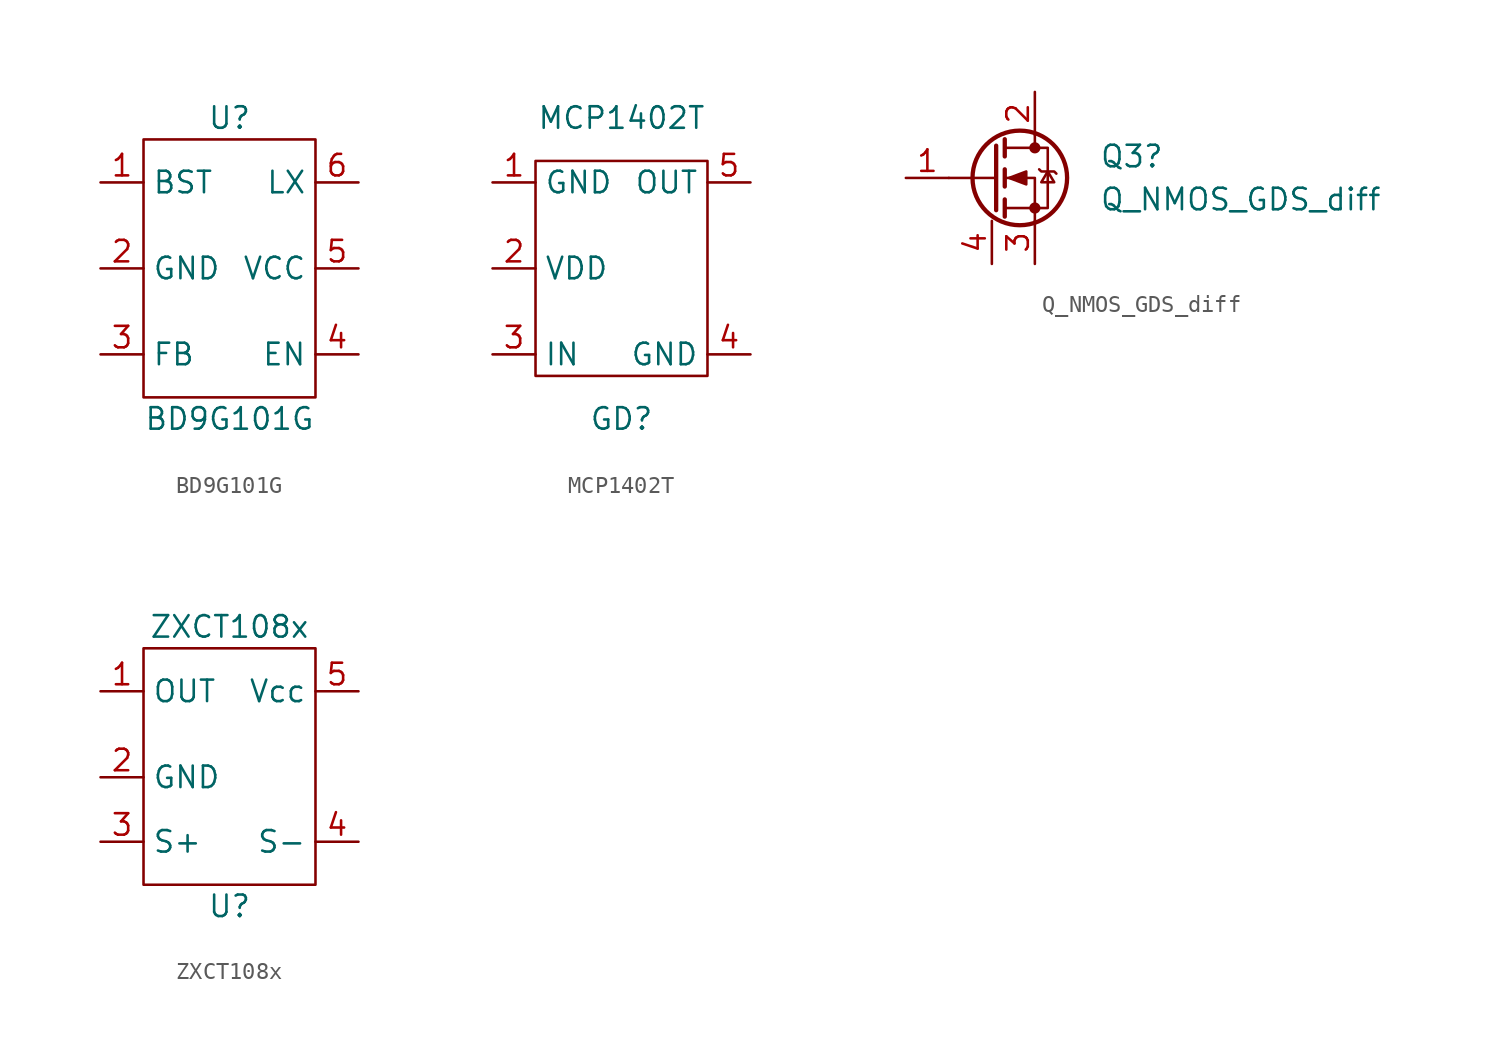
<source format=kicad_sym>
(kicad_symbol_lib
  (version 20211014)
  (generator kicad_symbol_editor)
  (symbol "BD9G101G"
    (property "Reference" "U"
      (at 0 8.89 0)
      (effects (font (size 1.27 1.27))))
    (property "Value" "BD9G101G"
      (at 0 -8.89 0)
      (effects (font (size 1.27 1.27))))
    (symbol "BD9G101G_0_1"
      (rectangle (start -5.08 7.62) (end 5.08 -7.62) (stroke (width 0) (type default) (color 0 0 0 0)) (fill (type none))))
    (symbol "BD9G101G_1_1"
      (pin bidirectional line (at -7.62 5.08 0) (length 2.54) (name "BST" (effects (font (size 1.27 1.27)))) (number "1" (effects (font (size 1.27 1.27)))))
      (pin power_in line (at -7.62 0 0) (length 2.54) (name "GND" (effects (font (size 1.27 1.27)))) (number "2" (effects (font (size 1.27 1.27)))))
      (pin input line (at -7.62 -5.08 0) (length 2.54) (name "FB" (effects (font (size 1.27 1.27)))) (number "3" (effects (font (size 1.27 1.27)))))
      (pin input line (at 7.62 -5.08 180) (length 2.54) (name "EN" (effects (font (size 1.27 1.27)))) (number "4" (effects (font (size 1.27 1.27)))))
      (pin power_in line (at 7.62 0 180) (length 2.54) (name "VCC" (effects (font (size 1.27 1.27)))) (number "5" (effects (font (size 1.27 1.27)))))
      (pin bidirectional line (at 7.62 5.08 180) (length 2.54) (name "LX" (effects (font (size 1.27 1.27)))) (number "6" (effects (font (size 1.27 1.27)))))))
  (symbol "MCP1402T"
    (property "Reference" "GD"
      (at 0 -8.89 0)
      (effects (font (size 1.27 1.27))))
    (property "Value" "MCP1402T"
      (at 0 8.89 0)
      (effects (font (size 1.27 1.27))))
    (symbol "MCP1402T_0_1"
      (rectangle (start 5.08 6.35) (end -5.08 -6.35) (stroke (width 0) (type default) (color 0 0 0 0)) (fill (type none))))
    (symbol "MCP1402T_1_1"
      (pin power_in line (at -7.62 5.08 0) (length 2.54) (name "GND" (effects (font (size 1.27 1.27)))) (number "1" (effects (font (size 1.27 1.27)))))
      (pin power_in line (at -7.62 0 0) (length 2.54) (name "VDD" (effects (font (size 1.27 1.27)))) (number "2" (effects (font (size 1.27 1.27)))))
      (pin input line (at -7.62 -5.08 0) (length 2.54) (name "IN" (effects (font (size 1.27 1.27)))) (number "3" (effects (font (size 1.27 1.27)))))
      (pin power_in line (at 7.62 -5.08 180) (length 2.54) (name "GND" (effects (font (size 1.27 1.27)))) (number "4" (effects (font (size 1.27 1.27)))))
      (pin output line (at 7.62 5.08 180) (length 2.54) (name "OUT" (effects (font (size 1.27 1.27)))) (number "5" (effects (font (size 1.27 1.27)))))))
  (symbol "Q_NMOS_GDS_diff"
    (pin_names
      (offset 0) hide)
    (property "Reference" "Q3"
      (at 6.35 1.27 0)
      (effects (font (size 1.27 1.27)) (justify left)))
    (property "Value" "Q_NMOS_GDS_diff"
      (at 6.35 -1.27 0)
      (effects (font (size 1.27 1.27)) (justify left)))
    (symbol "Q_NMOS_GDS_diff_0_1"
      (polyline (pts (xy 0.254 0) (xy -2.54 0)) (stroke (width 0) (type default) (color 0 0 0 0)) (fill (type none)))
      (polyline (pts (xy 0.254 1.905) (xy 0.254 -1.905)) (stroke (width 0.254) (type default) (color 0 0 0 0)) (fill (type none)))
      (polyline (pts (xy 0.762 -1.27) (xy 0.762 -2.286)) (stroke (width 0.254) (type default) (color 0 0 0 0)) (fill (type none)))
      (polyline (pts (xy 0.762 0.508) (xy 0.762 -0.508)) (stroke (width 0.254) (type default) (color 0 0 0 0)) (fill (type none)))
      (polyline (pts (xy 0.762 2.286) (xy 0.762 1.27)) (stroke (width 0.254) (type default) (color 0 0 0 0)) (fill (type none)))
      (polyline (pts (xy 2.54 2.54) (xy 2.54 1.778)) (stroke (width 0) (type default) (color 0 0 0 0)) (fill (type none)))
      (polyline (pts (xy 2.54 -2.54) (xy 2.54 0) (xy 0.762 0)) (stroke (width 0) (type default) (color 0 0 0 0)) (fill (type none)))
      (polyline (pts (xy 0.762 -1.778) (xy 3.302 -1.778) (xy 3.302 1.778) (xy 0.762 1.778)) (stroke (width 0) (type default) (color 0 0 0 0)) (fill (type none)))
      (polyline (pts (xy 1.016 0) (xy 2.032 0.381) (xy 2.032 -0.381) (xy 1.016 0)) (stroke (width 0) (type default) (color 0 0 0 0)) (fill (type outline)))
      (polyline (pts (xy 2.794 0.508) (xy 2.921 0.381) (xy 3.683 0.381) (xy 3.81 0.254)) (stroke (width 0) (type default) (color 0 0 0 0)) (fill (type none)))
      (polyline (pts (xy 3.302 0.381) (xy 2.921 -0.254) (xy 3.683 -0.254) (xy 3.302 0.381)) (stroke (width 0) (type default) (color 0 0 0 0)) (fill (type none)))
      (circle (center 1.651 0) (radius 2.794) (stroke (width 0.254) (type default) (color 0 0 0 0)) (fill (type none)))
      (circle (center 2.54 -1.778) (radius 0.254) (stroke (width 0) (type default) (color 0 0 0 0)) (fill (type outline)))
      (circle (center 2.54 1.778) (radius 0.254) (stroke (width 0) (type default) (color 0 0 0 0)) (fill (type outline))))
    (symbol "Q_NMOS_GDS_diff_1_1"
      (pin input line (at -5.08 0 0) (length 2.54) (name "G" (effects (font (size 1.27 1.27)))) (number "1" (effects (font (size 1.27 1.27)))))
      (pin passive line (at 2.54 5.08 270) (length 2.54) (name "D" (effects (font (size 1.27 1.27)))) (number "2" (effects (font (size 1.27 1.27)))))
      (pin passive line (at 2.54 -5.08 90) (length 2.54) (name "S" (effects (font (size 1.27 1.27)))) (number "3" (effects (font (size 1.27 1.27)))))
      (pin passive line (at 0 -5.08 90) (length 2.54) (name "S_G" (effects (font (size 1.27 1.27)))) (number "4" (effects (font (size 1.27 1.27)))))))
  (symbol "ZXCT108x"
    (property "Reference" "U"
      (at 0 -7.62 0)
      (effects (font (size 1.27 1.27))))
    (property "Value" "ZXCT108x"
      (at 0 8.89 0)
      (effects (font (size 1.27 1.27))))
    (symbol "ZXCT108x_0_1"
      (rectangle (start -5.08 7.62) (end 5.08 -6.35) (stroke (width 0) (type default) (color 0 0 0 0)) (fill (type none))))
    (symbol "ZXCT108x_1_1"
      (pin output line (at -7.62 5.08 0) (length 2.54) (name "OUT" (effects (font (size 1.27 1.27)))) (number "1" (effects (font (size 1.27 1.27)))))
      (pin power_in line (at -7.62 0 0) (length 2.54) (name "GND" (effects (font (size 1.27 1.27)))) (number "2" (effects (font (size 1.27 1.27)))))
      (pin input line (at -7.62 -3.81 0) (length 2.54) (name "S+" (effects (font (size 1.27 1.27)))) (number "3" (effects (font (size 1.27 1.27)))))
      (pin input line (at 7.62 -3.81 180) (length 2.54) (name "S-" (effects (font (size 1.27 1.27)))) (number "4" (effects (font (size 1.27 1.27)))))
      (pin power_in line (at 7.62 5.08 180) (length 2.54) (name "Vcc" (effects (font (size 1.27 1.27)))) (number "5" (effects (font (size 1.27 1.27))))))))
</source>
